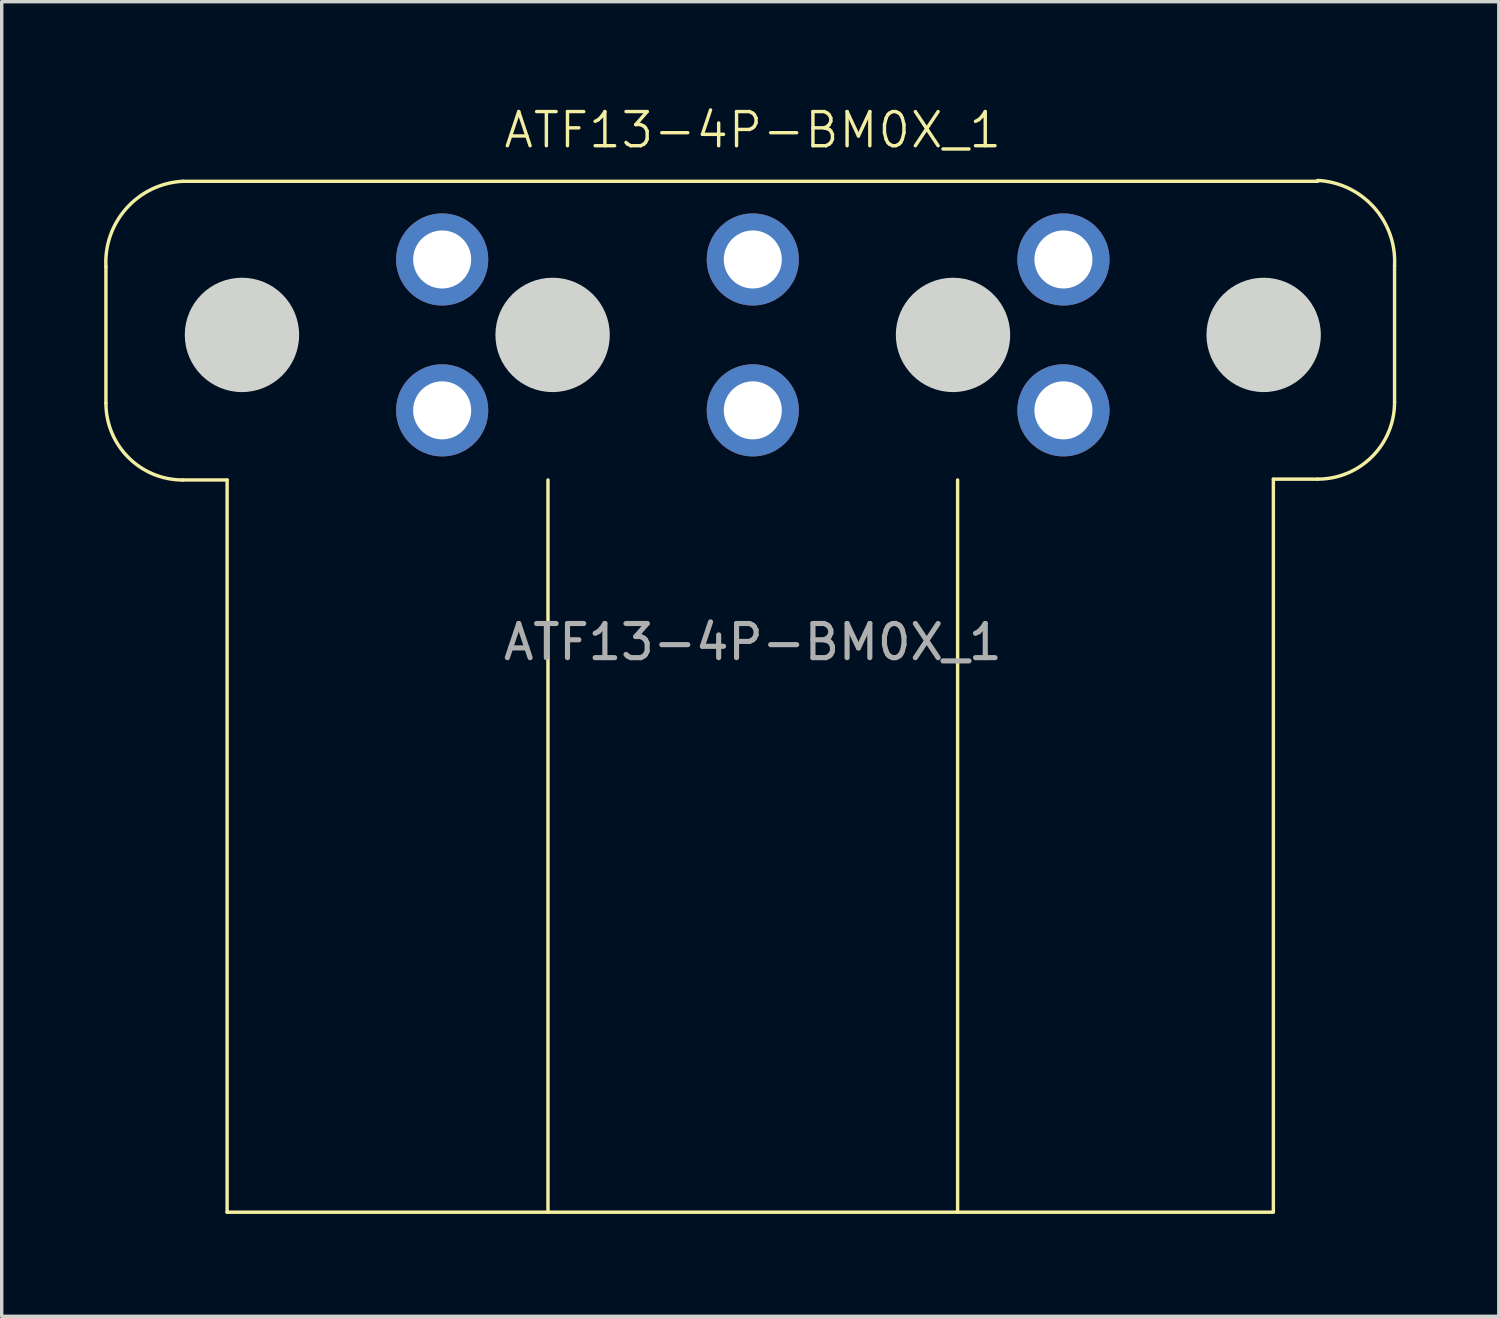
<source format=kicad_pcb>
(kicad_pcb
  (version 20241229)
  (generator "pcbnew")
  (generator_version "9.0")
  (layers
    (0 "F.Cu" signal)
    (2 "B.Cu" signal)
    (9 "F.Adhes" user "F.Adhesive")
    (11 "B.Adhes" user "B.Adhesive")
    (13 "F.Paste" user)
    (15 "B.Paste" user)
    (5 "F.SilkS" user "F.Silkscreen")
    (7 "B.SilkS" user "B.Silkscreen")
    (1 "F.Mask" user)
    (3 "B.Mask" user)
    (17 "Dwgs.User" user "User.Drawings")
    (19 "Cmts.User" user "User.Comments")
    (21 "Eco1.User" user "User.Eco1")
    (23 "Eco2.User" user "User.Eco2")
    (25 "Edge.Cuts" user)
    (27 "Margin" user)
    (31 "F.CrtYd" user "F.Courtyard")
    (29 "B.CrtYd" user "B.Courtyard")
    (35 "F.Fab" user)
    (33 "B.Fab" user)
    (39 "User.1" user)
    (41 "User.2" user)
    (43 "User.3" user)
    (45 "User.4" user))
  (footprint "ATF13-4P-BM0X_1"
    (layer "F.Cu")
    (at 19.003 6.761)
    (property "Reference" "ATF13-4P-BM0X_1" (at 0 -6 0) (unlocked yes) (layer "F.SilkS") (effects (font (size 1 1) (thickness 0.1))))
    (attr through_hole)
    (fp_line (start -18.95 -2) (end -18.95 2) (stroke (width 0.1) (type default)) (layer "F.SilkS"))
    (fp_line (start -16.7 -4.5) (end 16.55 -4.5) (stroke (width 0.1) (type default)) (layer "F.SilkS"))
    (fp_line (start -15.4 4.25) (end -16.7 4.25) (stroke (width 0.1) (type default)) (layer "F.SilkS"))
    (fp_line (start -15.4 25.7) (end -15.4 4.25) (stroke (width 0.1) (type default)) (layer "F.SilkS"))
    (fp_line (start -15.4 25.7) (end 15.25 25.7) (stroke (width 0.1) (type default)) (layer "F.SilkS"))
    (fp_line (start -6 25.7) (end -6 4.25) (stroke (width 0.1) (type default)) (layer "F.SilkS"))
    (fp_line (start 6 25.7) (end 6 4.25) (stroke (width 0.1) (type default)) (layer "F.SilkS"))
    (fp_line (start 15.25 4.225) (end 16.55 4.225) (stroke (width 0.1) (type default)) (layer "F.SilkS"))
    (fp_line (start 15.25 25.675) (end 15.25 4.225) (stroke (width 0.1) (type default)) (layer "F.SilkS"))
    (fp_line (start 18.8 -2.025) (end 18.8 1.975) (stroke (width 0.1) (type default)) (layer "F.SilkS"))
    (fp_arc (start -18.95 -2) (mid -18.342767 -3.715991) (end -16.7 -4.5) (stroke (width 0.1) (type default)) (layer "F.SilkS"))
    (fp_arc (start -16.7 4.25) (mid -18.29099 3.59099) (end -18.95 2) (stroke (width 0.1) (type default)) (layer "F.SilkS"))
    (fp_arc (start 16.55 -4.525) (mid 18.192767 -3.74099) (end 18.8 -2.025) (stroke (width 0.1) (type default)) (layer "F.SilkS"))
    (fp_arc (start 18.8 1.975) (mid 18.14099 3.56599) (end 16.55 4.225) (stroke (width 0.1) (type default)) (layer "F.SilkS"))
    (fp_circle (center -14.965 0) (end -13.315 0) (stroke (width 0.05) (type solid)) (fill yes) (layer "Edge.Cuts"))
    (fp_circle (center -5.865 0) (end -4.215 0) (stroke (width 0.05) (type solid)) (fill yes) (layer "Edge.Cuts"))
    (fp_circle (center 5.865 0) (end 7.515 0) (stroke (width 0.05) (type solid)) (fill yes) (layer "Edge.Cuts"))
    (fp_circle (center 14.965 0) (end 16.615 0) (stroke (width 0.05) (type solid)) (fill yes) (layer "Edge.Cuts"))
    (fp_text user "${REFERENCE}" (at 0 9 0) (unlocked yes) (layer "F.Fab") (effects (font (size 1 1) (thickness 0.15))))
    (pad "1" thru_hole circle (at 0 -2.21) (size 2.7 2.7) (drill 1.7) (layers "*.Cu" "*.Mask"))
    (pad "2" thru_hole circle (at 0 2.21) (size 2.7 2.7) (drill 1.7) (layers "*.Cu" "*.Mask"))
    (pad "3" thru_hole circle (at -9.1 2.21) (size 2.7 2.7) (drill 1.7) (layers "*.Cu" "*.Mask"))
    (pad "3" thru_hole circle (at 9.1 2.21) (size 2.7 2.7) (drill 1.7) (layers "*.Cu" "*.Mask"))
    (pad "4" thru_hole circle (at -9.1 -2.21) (size 2.7 2.7) (drill 1.7) (layers "*.Cu" "*.Mask"))
    (pad "4" thru_hole circle (at 9.1 -2.21) (size 2.7 2.7) (drill 1.7) (layers "*.Cu" "*.Mask")))
  (gr_rect
    (start -3 -3)
    (end 40.857 35.511)
    (stroke (width 0.1) (type default))
    (fill no)
    (layer "Edge.Cuts")))
</source>
